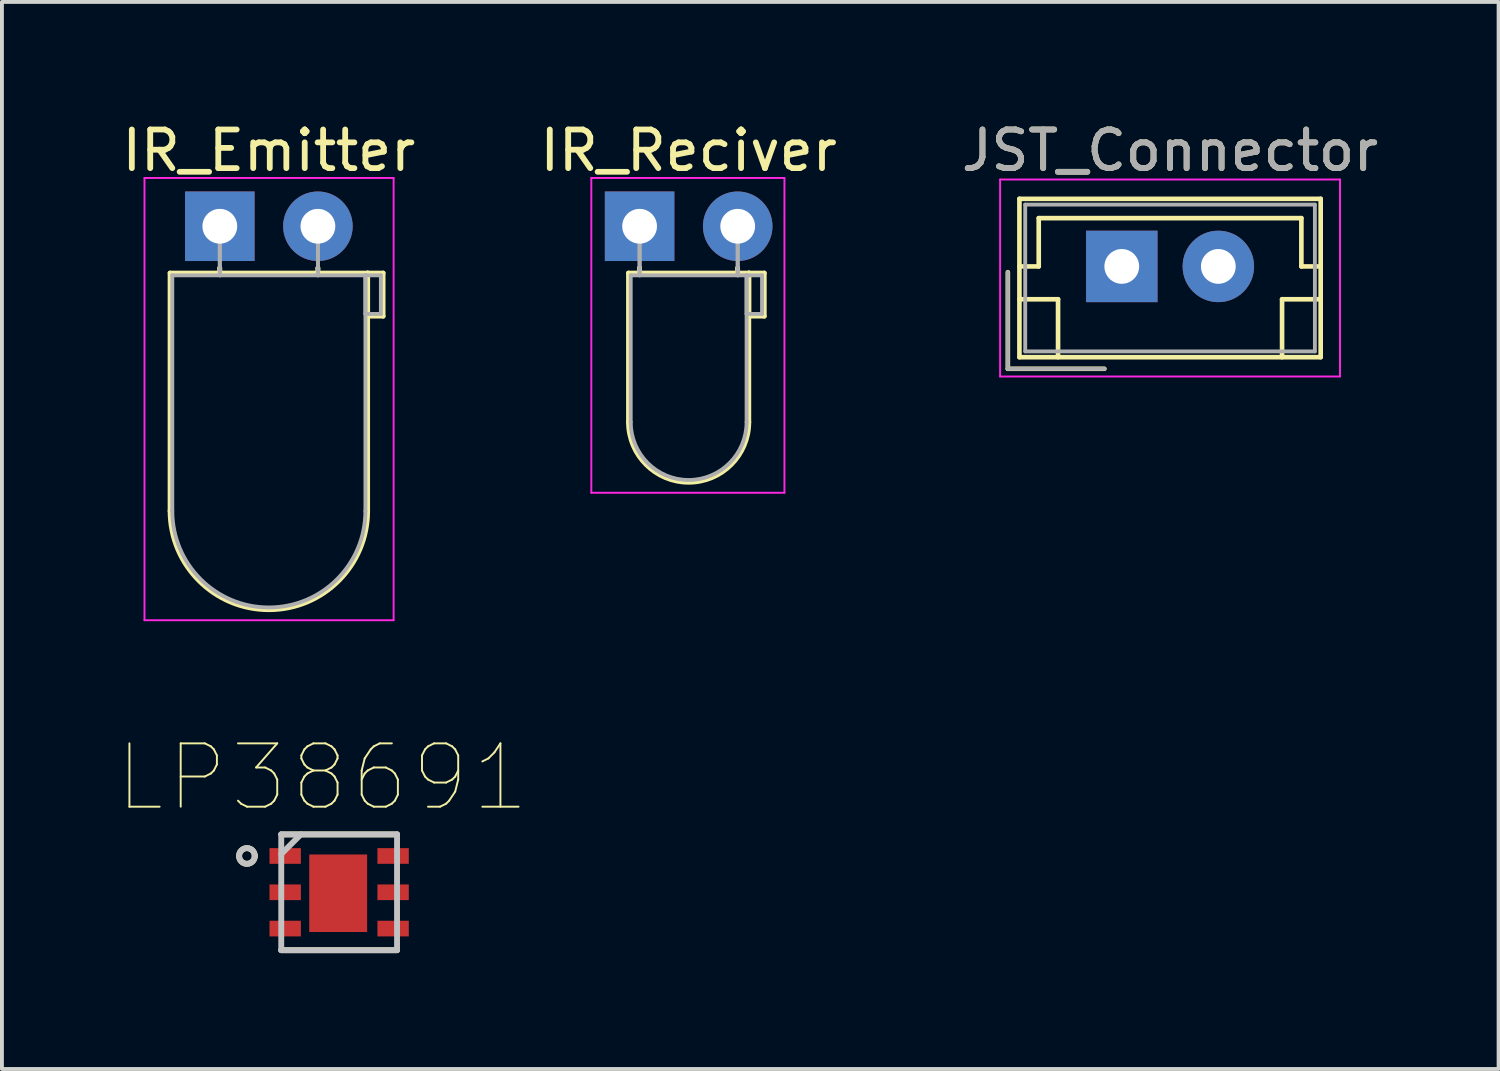
<source format=kicad_pcb>
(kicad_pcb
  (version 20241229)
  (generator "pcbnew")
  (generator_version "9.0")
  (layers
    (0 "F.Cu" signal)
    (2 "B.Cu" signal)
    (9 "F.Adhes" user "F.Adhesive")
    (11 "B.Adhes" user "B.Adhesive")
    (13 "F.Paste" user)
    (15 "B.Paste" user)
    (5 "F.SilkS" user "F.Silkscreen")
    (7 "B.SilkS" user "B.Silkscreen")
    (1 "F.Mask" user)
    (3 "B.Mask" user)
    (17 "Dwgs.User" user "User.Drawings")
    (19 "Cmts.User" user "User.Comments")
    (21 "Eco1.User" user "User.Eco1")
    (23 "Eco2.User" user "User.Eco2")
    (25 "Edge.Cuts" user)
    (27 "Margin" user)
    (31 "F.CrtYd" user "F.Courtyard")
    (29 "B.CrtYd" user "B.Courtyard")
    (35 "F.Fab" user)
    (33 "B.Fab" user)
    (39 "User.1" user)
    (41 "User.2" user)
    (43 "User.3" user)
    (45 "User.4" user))
  (footprint "LP38691"
    (layer "F.Cu")
    (at 5.731 20.052)
    (property "Reference" "LP38691" (at -0.432 -2.972 0) (layer "F.SilkS") (effects (font (size 1.64 1.64) (thickness 0.05))))
    (attr smd)
    (fp_line (start -1.499 1.499) (end 1.499 1.499) (stroke (width 0.152) (type solid)) (layer "F.SilkS"))
    (fp_line (start 1.499 -1.499) (end -1.499 -1.499) (stroke (width 0.152) (type solid)) (layer "F.SilkS"))
    (fp_arc (start -2.5908 -0.9398) (mid -2.3876 -1.143) (end -2.1844 -0.9398) (stroke (width 0.1524) (type solid)) (layer "F.SilkS"))
    (fp_arc (start -2.1844 -0.9398) (mid -2.3876 -0.7366) (end -2.5908 -0.9398) (stroke (width 0.1524) (type solid)) (layer "F.SilkS"))
    (fp_line (start -1.499 -1.499) (end -1.499 1.499) (stroke (width 0.152) (type solid)) (layer "Dwgs.User"))
    (fp_line (start -1.499 1.499) (end 1.499 1.499) (stroke (width 0.152) (type solid)) (layer "Dwgs.User"))
    (fp_line (start -0.991 -1.499) (end -1.499 -0.991) (stroke (width 0.152) (type solid)) (layer "Dwgs.User"))
    (fp_line (start 1.499 -1.499) (end -1.499 -1.499) (stroke (width 0.152) (type solid)) (layer "Dwgs.User"))
    (fp_line (start 1.499 1.499) (end 1.499 -1.499) (stroke (width 0.152) (type solid)) (layer "Dwgs.User"))
    (fp_arc (start -2.5908 -0.9398) (mid -2.3876 -1.143) (end -2.1844 -0.9398) (stroke (width 0.1524) (type solid)) (layer "Dwgs.User"))
    (fp_arc (start -2.1844 -0.9398) (mid -2.3876 -0.7366) (end -2.5908 -0.9398) (stroke (width 0.1524) (type solid)) (layer "Dwgs.User"))
    (pad "1" smd rect (at -1.397 -0.94) (size 0.813 0.406) (layers "F.Cu" "F.Mask" "F.Paste"))
    (pad "2" smd rect (at -1.397 0) (size 0.813 0.406) (layers "F.Cu" "F.Mask" "F.Paste"))
    (pad "3" smd rect (at -1.397 0.94) (size 0.813 0.406) (layers "F.Cu" "F.Mask" "F.Paste"))
    (pad "4" smd rect (at 1.397 0.94 180) (size 0.813 0.406) (layers "F.Cu" "F.Mask" "F.Paste"))
    (pad "5" smd rect (at 1.397 0 180) (size 0.813 0.406) (layers "F.Cu" "F.Mask" "F.Paste"))
    (pad "6" smd rect (at 1.397 -0.94 180) (size 0.813 0.406) (layers "F.Cu" "F.Mask" "F.Paste"))
    (pad "7" smd rect (at -0.025 0.025) (size 1.499 2.007) (layers "F.Cu" "F.Mask" "F.Paste")))
  (footprint "IR_Emitter"
    (layer "F.Cu")
    (at 2.641 2.808)
    (property "Reference" "IR_Emitter" (at 1.27 -1.96 0) (layer "F.SilkS") (effects (font (size 1 1) (thickness 0.15))))
    (attr through_hole)
    (fp_line (start -1.29 1.21) (end -1.29 7.37) (stroke (width 0.12) (type solid)) (layer "F.SilkS"))
    (fp_line (start -1.29 1.21) (end 3.83 1.21) (stroke (width 0.12) (type solid)) (layer "F.SilkS"))
    (fp_line (start 0 1.08) (end 0 1.08) (stroke (width 0.12) (type solid)) (layer "F.SilkS"))
    (fp_line (start 0 1.08) (end 0 1.21) (stroke (width 0.12) (type solid)) (layer "F.SilkS"))
    (fp_line (start 0 1.21) (end 0 1.08) (stroke (width 0.12) (type solid)) (layer "F.SilkS"))
    (fp_line (start 0 1.21) (end 0 1.21) (stroke (width 0.12) (type solid)) (layer "F.SilkS"))
    (fp_line (start 2.54 1.08) (end 2.54 1.08) (stroke (width 0.12) (type solid)) (layer "F.SilkS"))
    (fp_line (start 2.54 1.08) (end 2.54 1.21) (stroke (width 0.12) (type solid)) (layer "F.SilkS"))
    (fp_line (start 2.54 1.21) (end 2.54 1.08) (stroke (width 0.12) (type solid)) (layer "F.SilkS"))
    (fp_line (start 2.54 1.21) (end 2.54 1.21) (stroke (width 0.12) (type solid)) (layer "F.SilkS"))
    (fp_line (start 3.83 1.21) (end 3.83 7.37) (stroke (width 0.12) (type solid)) (layer "F.SilkS"))
    (fp_line (start 3.83 1.21) (end 4.23 1.21) (stroke (width 0.12) (type solid)) (layer "F.SilkS"))
    (fp_line (start 3.83 2.33) (end 3.83 1.21) (stroke (width 0.12) (type solid)) (layer "F.SilkS"))
    (fp_line (start 4.23 1.21) (end 4.23 2.33) (stroke (width 0.12) (type solid)) (layer "F.SilkS"))
    (fp_line (start 4.23 2.33) (end 3.83 2.33) (stroke (width 0.12) (type solid)) (layer "F.SilkS"))
    (fp_arc (start 3.83 7.37) (mid 1.27 9.93) (end -1.29 7.37) (stroke (width 0.12) (type solid)) (layer "F.SilkS"))
    (fp_line (start -1.95 -1.25) (end -1.95 10.2) (stroke (width 0.05) (type solid)) (layer "F.CrtYd"))
    (fp_line (start -1.95 10.2) (end 4.5 10.2) (stroke (width 0.05) (type solid)) (layer "F.CrtYd"))
    (fp_line (start 4.5 -1.25) (end -1.95 -1.25) (stroke (width 0.05) (type solid)) (layer "F.CrtYd"))
    (fp_line (start 4.5 10.2) (end 4.5 -1.25) (stroke (width 0.05) (type solid)) (layer "F.CrtYd"))
    (fp_line (start -1.23 1.27) (end -1.23 7.37) (stroke (width 0.1) (type solid)) (layer "F.Fab"))
    (fp_line (start -1.23 1.27) (end 3.77 1.27) (stroke (width 0.1) (type solid)) (layer "F.Fab"))
    (fp_line (start 0 0) (end 0 0) (stroke (width 0.1) (type solid)) (layer "F.Fab"))
    (fp_line (start 0 0) (end 0 1.27) (stroke (width 0.1) (type solid)) (layer "F.Fab"))
    (fp_line (start 0 1.27) (end 0 0) (stroke (width 0.1) (type solid)) (layer "F.Fab"))
    (fp_line (start 0 1.27) (end 0 1.27) (stroke (width 0.1) (type solid)) (layer "F.Fab"))
    (fp_line (start 2.54 0) (end 2.54 0) (stroke (width 0.1) (type solid)) (layer "F.Fab"))
    (fp_line (start 2.54 0) (end 2.54 1.27) (stroke (width 0.1) (type solid)) (layer "F.Fab"))
    (fp_line (start 2.54 1.27) (end 2.54 0) (stroke (width 0.1) (type solid)) (layer "F.Fab"))
    (fp_line (start 2.54 1.27) (end 2.54 1.27) (stroke (width 0.1) (type solid)) (layer "F.Fab"))
    (fp_line (start 3.77 1.27) (end 3.77 7.37) (stroke (width 0.1) (type solid)) (layer "F.Fab"))
    (fp_line (start 3.77 1.27) (end 4.17 1.27) (stroke (width 0.1) (type solid)) (layer "F.Fab"))
    (fp_line (start 3.77 2.27) (end 3.77 1.27) (stroke (width 0.1) (type solid)) (layer "F.Fab"))
    (fp_line (start 4.17 1.27) (end 4.17 2.27) (stroke (width 0.1) (type solid)) (layer "F.Fab"))
    (fp_line (start 4.17 2.27) (end 3.77 2.27) (stroke (width 0.1) (type solid)) (layer "F.Fab"))
    (fp_arc (start 3.77 7.37) (mid 1.27 9.87) (end -1.23 7.37) (stroke (width 0.1) (type solid)) (layer "F.Fab"))
    (pad "1" thru_hole rect (at 0 0) (size 1.8 1.8) (drill 0.9) (layers "*.Cu" "*.Mask"))
    (pad "2" thru_hole circle (at 2.54 0) (size 1.8 1.8) (drill 0.9) (layers "*.Cu" "*.Mask")))
  (footprint "JST_Connector"
    (layer "F.Cu")
    (at 25.994 3.848)
    (property "Reference" "JST_Connector" (at 1.25 -3 0) (layer "F.SilkS") (effects (font (size 1 1) (thickness 0.15))))
    (attr through_hole)
    (fp_line (start -2.95 0.15) (end -2.95 2.65) (stroke (width 0.12) (type solid)) (layer "F.SilkS"))
    (fp_line (start -2.95 2.65) (end -0.45 2.65) (stroke (width 0.12) (type solid)) (layer "F.SilkS"))
    (fp_line (start -2.65 -1.75) (end -2.65 2.35) (stroke (width 0.12) (type solid)) (layer "F.SilkS"))
    (fp_line (start -2.65 0) (end -2.15 0) (stroke (width 0.12) (type solid)) (layer "F.SilkS"))
    (fp_line (start -2.65 0.85) (end -1.65 0.85) (stroke (width 0.12) (type solid)) (layer "F.SilkS"))
    (fp_line (start -2.65 2.35) (end 5.15 2.35) (stroke (width 0.12) (type solid)) (layer "F.SilkS"))
    (fp_line (start -2.15 -1.25) (end 4.65 -1.25) (stroke (width 0.12) (type solid)) (layer "F.SilkS"))
    (fp_line (start -2.15 0) (end -2.15 -1.25) (stroke (width 0.12) (type solid)) (layer "F.SilkS"))
    (fp_line (start -1.65 0.85) (end -1.65 2.35) (stroke (width 0.12) (type solid)) (layer "F.SilkS"))
    (fp_line (start 4.15 0.85) (end 4.15 2.35) (stroke (width 0.12) (type solid)) (layer "F.SilkS"))
    (fp_line (start 4.65 -1.25) (end 4.65 0) (stroke (width 0.12) (type solid)) (layer "F.SilkS"))
    (fp_line (start 4.65 0) (end 5.15 0) (stroke (width 0.12) (type solid)) (layer "F.SilkS"))
    (fp_line (start 5.15 -1.75) (end -2.65 -1.75) (stroke (width 0.12) (type solid)) (layer "F.SilkS"))
    (fp_line (start 5.15 0.85) (end 4.15 0.85) (stroke (width 0.12) (type solid)) (layer "F.SilkS"))
    (fp_line (start 5.15 2.35) (end 5.15 -1.75) (stroke (width 0.12) (type solid)) (layer "F.SilkS"))
    (fp_line (start -3.15 -2.25) (end -3.15 2.85) (stroke (width 0.05) (type solid)) (layer "F.CrtYd"))
    (fp_line (start -3.15 2.85) (end 5.65 2.85) (stroke (width 0.05) (type solid)) (layer "F.CrtYd"))
    (fp_line (start 5.65 -2.25) (end -3.15 -2.25) (stroke (width 0.05) (type solid)) (layer "F.CrtYd"))
    (fp_line (start 5.65 2.85) (end 5.65 -2.25) (stroke (width 0.05) (type solid)) (layer "F.CrtYd"))
    (fp_line (start -2.95 0.15) (end -2.95 2.65) (stroke (width 0.1) (type solid)) (layer "F.Fab"))
    (fp_line (start -2.95 2.65) (end -0.45 2.65) (stroke (width 0.1) (type solid)) (layer "F.Fab"))
    (fp_line (start -2.5 -1.6) (end -2.5 2.2) (stroke (width 0.1) (type solid)) (layer "F.Fab"))
    (fp_line (start -2.5 2.2) (end 5 2.2) (stroke (width 0.1) (type solid)) (layer "F.Fab"))
    (fp_line (start 5 -1.6) (end -2.5 -1.6) (stroke (width 0.1) (type solid)) (layer "F.Fab"))
    (fp_line (start 5 2.2) (end 5 -1.6) (stroke (width 0.1) (type solid)) (layer "F.Fab"))
    (fp_text user "${REFERENCE}" (at 1.25 -3 0) (layer "F.Fab") (effects (font (size 1 1) (thickness 0.15))))
    (pad "1" thru_hole rect (at 0 0) (size 1.85 1.85) (drill 0.9) (layers "*.Cu" "*.Mask"))
    (pad "2" thru_hole circle (at 2.5 0) (size 1.85 1.85) (drill 0.9) (layers "*.Cu" "*.Mask")))
  (footprint "IR_Reciver"
    (layer "F.Cu")
    (at 13.51 2.808)
    (property "Reference" "IR_Reciver" (at 1.27 -1.96 0) (layer "F.SilkS") (effects (font (size 1 1) (thickness 0.15))))
    (attr through_hole)
    (fp_line (start -0.29 1.21) (end -0.29 5.07) (stroke (width 0.12) (type solid)) (layer "F.SilkS"))
    (fp_line (start -0.29 1.21) (end 2.83 1.21) (stroke (width 0.12) (type solid)) (layer "F.SilkS"))
    (fp_line (start 0 1.08) (end 0 1.08) (stroke (width 0.12) (type solid)) (layer "F.SilkS"))
    (fp_line (start 0 1.08) (end 0 1.21) (stroke (width 0.12) (type solid)) (layer "F.SilkS"))
    (fp_line (start 0 1.21) (end 0 1.08) (stroke (width 0.12) (type solid)) (layer "F.SilkS"))
    (fp_line (start 0 1.21) (end 0 1.21) (stroke (width 0.12) (type solid)) (layer "F.SilkS"))
    (fp_line (start 2.54 1.08) (end 2.54 1.08) (stroke (width 0.12) (type solid)) (layer "F.SilkS"))
    (fp_line (start 2.54 1.08) (end 2.54 1.21) (stroke (width 0.12) (type solid)) (layer "F.SilkS"))
    (fp_line (start 2.54 1.21) (end 2.54 1.08) (stroke (width 0.12) (type solid)) (layer "F.SilkS"))
    (fp_line (start 2.54 1.21) (end 2.54 1.21) (stroke (width 0.12) (type solid)) (layer "F.SilkS"))
    (fp_line (start 2.83 1.21) (end 2.83 5.07) (stroke (width 0.12) (type solid)) (layer "F.SilkS"))
    (fp_line (start 2.83 1.21) (end 3.23 1.21) (stroke (width 0.12) (type solid)) (layer "F.SilkS"))
    (fp_line (start 2.83 2.33) (end 2.83 1.21) (stroke (width 0.12) (type solid)) (layer "F.SilkS"))
    (fp_line (start 3.23 1.21) (end 3.23 2.33) (stroke (width 0.12) (type solid)) (layer "F.SilkS"))
    (fp_line (start 3.23 2.33) (end 2.83 2.33) (stroke (width 0.12) (type solid)) (layer "F.SilkS"))
    (fp_arc (start 2.83 5.07) (mid 1.27 6.63) (end -0.29 5.07) (stroke (width 0.12) (type solid)) (layer "F.SilkS"))
    (fp_line (start -1.25 -1.25) (end -1.25 6.9) (stroke (width 0.05) (type solid)) (layer "F.CrtYd"))
    (fp_line (start -1.25 6.9) (end 3.75 6.9) (stroke (width 0.05) (type solid)) (layer "F.CrtYd"))
    (fp_line (start 3.75 -1.25) (end -1.25 -1.25) (stroke (width 0.05) (type solid)) (layer "F.CrtYd"))
    (fp_line (start 3.75 6.9) (end 3.75 -1.25) (stroke (width 0.05) (type solid)) (layer "F.CrtYd"))
    (fp_line (start -0.23 1.27) (end -0.23 5.07) (stroke (width 0.1) (type solid)) (layer "F.Fab"))
    (fp_line (start -0.23 1.27) (end 2.77 1.27) (stroke (width 0.1) (type solid)) (layer "F.Fab"))
    (fp_line (start 0 0) (end 0 0) (stroke (width 0.1) (type solid)) (layer "F.Fab"))
    (fp_line (start 0 0) (end 0 1.27) (stroke (width 0.1) (type solid)) (layer "F.Fab"))
    (fp_line (start 0 1.27) (end 0 0) (stroke (width 0.1) (type solid)) (layer "F.Fab"))
    (fp_line (start 0 1.27) (end 0 1.27) (stroke (width 0.1) (type solid)) (layer "F.Fab"))
    (fp_line (start 2.54 0) (end 2.54 0) (stroke (width 0.1) (type solid)) (layer "F.Fab"))
    (fp_line (start 2.54 0) (end 2.54 1.27) (stroke (width 0.1) (type solid)) (layer "F.Fab"))
    (fp_line (start 2.54 1.27) (end 2.54 0) (stroke (width 0.1) (type solid)) (layer "F.Fab"))
    (fp_line (start 2.54 1.27) (end 2.54 1.27) (stroke (width 0.1) (type solid)) (layer "F.Fab"))
    (fp_line (start 2.77 1.27) (end 2.77 5.07) (stroke (width 0.1) (type solid)) (layer "F.Fab"))
    (fp_line (start 2.77 1.27) (end 3.17 1.27) (stroke (width 0.1) (type solid)) (layer "F.Fab"))
    (fp_line (start 2.77 2.27) (end 2.77 1.27) (stroke (width 0.1) (type solid)) (layer "F.Fab"))
    (fp_line (start 3.17 1.27) (end 3.17 2.27) (stroke (width 0.1) (type solid)) (layer "F.Fab"))
    (fp_line (start 3.17 2.27) (end 2.77 2.27) (stroke (width 0.1) (type solid)) (layer "F.Fab"))
    (fp_arc (start 2.77 5.07) (mid 1.27 6.57) (end -0.23 5.07) (stroke (width 0.1) (type solid)) (layer "F.Fab"))
    (pad "1" thru_hole rect (at 0 0) (size 1.8 1.8) (drill 0.9) (layers "*.Cu" "*.Mask"))
    (pad "2" thru_hole circle (at 2.54 0) (size 1.8 1.8) (drill 0.9) (layers "*.Cu" "*.Mask")))
  (gr_rect
    (start -3 -3)
    (end 35.75 24.627)
    (stroke (width 0.1) (type default))
    (fill no)
    (layer "Edge.Cuts")))
</source>
